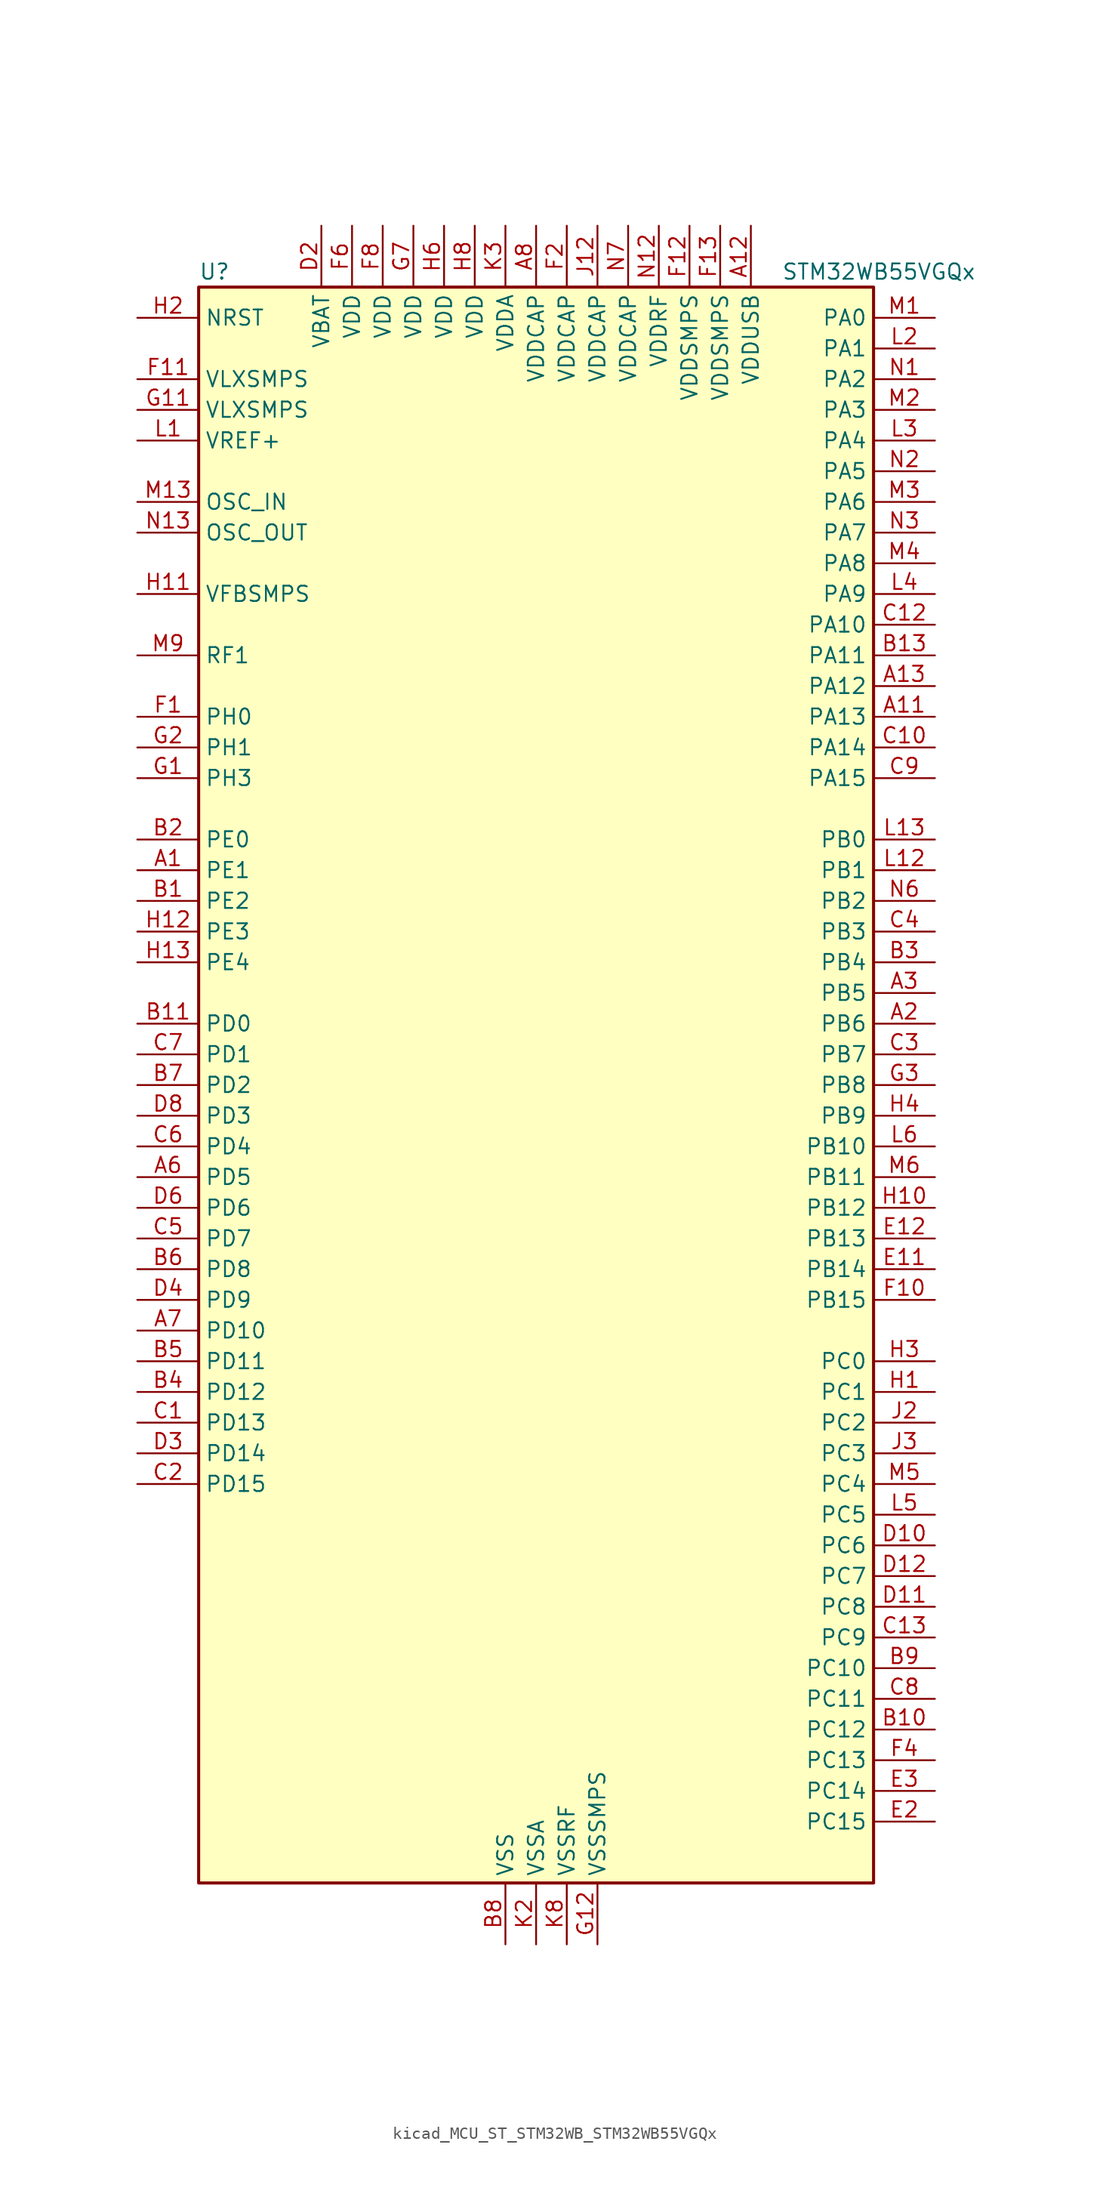
<source format=kicad_sym>
(kicad_symbol_lib
  (version 20220914)
  (generator kicad_symbol_editor)
  (symbol "kicad_MCU_ST_STM32WB_STM32WB55VGQx"
    (property "Reference" "U"
      (at -27.94 67.31 0)
      (effects (font (size 1.27 1.27)) (justify left)))
    (property "Value" "STM32WB55VGQx"
      (at 20.32 67.31 0)
      (effects (font (size 1.27 1.27)) (justify left)))
    (property "ki_locked" ""
      (at 0 0 0)
      (effects (font (size 1.27 1.27))))
    (symbol "kicad_MCU_ST_STM32WB_STM32WB55VGQx_0_1"
      (rectangle (start -27.94 -66.04) (end 27.94 66.04) (stroke (width 0.254) (type default)) (fill (type background))))
    (symbol "kicad_MCU_ST_STM32WB_STM32WB55VGQx_1_1"
      (pin bidirectional line (at -33.02 17.78 0) (length 5.08) (name "PE1" (effects (font (size 1.27 1.27)))) (number "A1" (effects (font (size 1.27 1.27)))) (alternate "LCD_SEG37" bidirectional line) (alternate "TIM17_CH1" bidirectional line) (alternate "TSC_G7_IO2" bidirectional line))
      (pin bidirectional line (at 33.02 30.48 180) (length 5.08) (name "PA13" (effects (font (size 1.27 1.27)))) (number "A11" (effects (font (size 1.27 1.27)))) (alternate "IR_OUT" bidirectional line) (alternate "SAI1_SD_B" bidirectional line) (alternate "SYS_JTMS-SWDIO" bidirectional line) (alternate "USB_NOE" bidirectional line))
      (pin power_in line (at 17.78 71.12 270) (length 5.08) (name "VDDUSB" (effects (font (size 1.27 1.27)))) (number "A12" (effects (font (size 1.27 1.27)))))
      (pin bidirectional line (at 33.02 33.02 180) (length 5.08) (name "PA12" (effects (font (size 1.27 1.27)))) (number "A13" (effects (font (size 1.27 1.27)))) (alternate "LPUART1_RX" bidirectional line) (alternate "SPI1_MOSI" bidirectional line) (alternate "TIM1_ETR" bidirectional line) (alternate "USART1_DE" bidirectional line) (alternate "USART1_RTS" bidirectional line) (alternate "USB_DP" bidirectional line))
      (pin bidirectional line (at 33.02 5.08 180) (length 5.08) (name "PB6" (effects (font (size 1.27 1.27)))) (number "A2" (effects (font (size 1.27 1.27)))) (alternate "COMP2_INP" bidirectional line) (alternate "I2C1_SCL" bidirectional line) (alternate "LCD_SEG6" bidirectional line) (alternate "LPTIM1_ETR" bidirectional line) (alternate "RCC_MCO" bidirectional line) (alternate "SAI1_FS_B" bidirectional line) (alternate "TIM16_CH1N" bidirectional line) (alternate "TSC_G2_IO3" bidirectional line) (alternate "USART1_TX" bidirectional line))
      (pin bidirectional line (at 33.02 7.62 180) (length 5.08) (name "PB5" (effects (font (size 1.27 1.27)))) (number "A3" (effects (font (size 1.27 1.27)))) (alternate "COMP2_OUT" bidirectional line) (alternate "I2C1_SMBA" bidirectional line) (alternate "LCD_SEG9" bidirectional line) (alternate "LPTIM1_IN1" bidirectional line) (alternate "LPUART1_TX" bidirectional line) (alternate "SAI1_SD_B" bidirectional line) (alternate "SPI1_MOSI" bidirectional line) (alternate "TIM16_BKIN" bidirectional line) (alternate "TSC_G2_IO2" bidirectional line) (alternate "USART1_CK" bidirectional line))
      (pin bidirectional line (at -33.02 -7.62 0) (length 5.08) (name "PD5" (effects (font (size 1.27 1.27)))) (number "A6" (effects (font (size 1.27 1.27)))) (alternate "QUADSPI_BK1_IO1" bidirectional line) (alternate "SAI1_MCLK_B" bidirectional line) (alternate "TSC_G5_IO2" bidirectional line))
      (pin bidirectional line (at -33.02 -20.32 0) (length 5.08) (name "PD10" (effects (font (size 1.27 1.27)))) (number "A7" (effects (font (size 1.27 1.27)))) (alternate "LCD_SEG30" bidirectional line) (alternate "SYS_TRIG_INOUT" bidirectional line) (alternate "TSC_G6_IO1" bidirectional line))
      (pin power_in line (at 0 71.12 270) (length 5.08) (name "VDDCAP" (effects (font (size 1.27 1.27)))) (number "A8" (effects (font (size 1.27 1.27)))))
      (pin bidirectional line (at -33.02 15.24 0) (length 5.08) (name "PE2" (effects (font (size 1.27 1.27)))) (number "B1" (effects (font (size 1.27 1.27)))) (alternate "LCD_SEG38" bidirectional line) (alternate "SAI1_CK1" bidirectional line) (alternate "SAI1_MCLK_A" bidirectional line) (alternate "SYS_TRACECLK" bidirectional line) (alternate "TSC_G7_IO1" bidirectional line))
      (pin bidirectional line (at 33.02 -53.34 180) (length 5.08) (name "PC12" (effects (font (size 1.27 1.27)))) (number "B10" (effects (font (size 1.27 1.27)))) (alternate "LCD_COM6" bidirectional line) (alternate "LCD_SEG30" bidirectional line) (alternate "LCD_SEG42" bidirectional line) (alternate "RCC_LSCO" bidirectional line) (alternate "RTC_TAMP3" bidirectional line) (alternate "SYS_TRACED3" bidirectional line) (alternate "SYS_WKUP3" bidirectional line) (alternate "TSC_G3_IO4" bidirectional line))
      (pin bidirectional line (at -33.02 5.08 0) (length 5.08) (name "PD0" (effects (font (size 1.27 1.27)))) (number "B11" (effects (font (size 1.27 1.27)))) (alternate "SPI2_NSS" bidirectional line))
      (pin passive line (at -2.54 -71.12 90) (length 5.08) hide (name "VSS" (effects (font (size 1.27 1.27)))) (number "B12" (effects (font (size 1.27 1.27)))))
      (pin bidirectional line (at 33.02 35.56 180) (length 5.08) (name "PA11" (effects (font (size 1.27 1.27)))) (number "B13" (effects (font (size 1.27 1.27)))) (alternate "ADC1_EXTI11" bidirectional line) (alternate "SPI1_MISO" bidirectional line) (alternate "TIM1_BKIN2" bidirectional line) (alternate "TIM1_CH4" bidirectional line) (alternate "USART1_CTS" bidirectional line) (alternate "USART1_NSS" bidirectional line) (alternate "USB_DM" bidirectional line))
      (pin bidirectional line (at -33.02 20.32 0) (length 5.08) (name "PE0" (effects (font (size 1.27 1.27)))) (number "B2" (effects (font (size 1.27 1.27)))) (alternate "LCD_SEG36" bidirectional line) (alternate "TIM16_CH1" bidirectional line) (alternate "TIM1_ETR" bidirectional line) (alternate "TSC_G7_IO3" bidirectional line))
      (pin bidirectional line (at 33.02 10.16 180) (length 5.08) (name "PB4" (effects (font (size 1.27 1.27)))) (number "B3" (effects (font (size 1.27 1.27)))) (alternate "COMP2_INP" bidirectional line) (alternate "I2C3_SDA" bidirectional line) (alternate "LCD_SEG8" bidirectional line) (alternate "SAI1_MCLK_B" bidirectional line) (alternate "SPI1_MISO" bidirectional line) (alternate "SYS_JTRST" bidirectional line) (alternate "TIM17_BKIN" bidirectional line) (alternate "TSC_G2_IO1" bidirectional line) (alternate "USART1_CTS" bidirectional line) (alternate "USART1_NSS" bidirectional line))
      (pin bidirectional line (at -33.02 -25.4 0) (length 5.08) (name "PD12" (effects (font (size 1.27 1.27)))) (number "B4" (effects (font (size 1.27 1.27)))) (alternate "LCD_SEG32" bidirectional line) (alternate "LPTIM2_IN1" bidirectional line) (alternate "TSC_G6_IO3" bidirectional line))
      (pin bidirectional line (at -33.02 -22.86 0) (length 5.08) (name "PD11" (effects (font (size 1.27 1.27)))) (number "B5" (effects (font (size 1.27 1.27)))) (alternate "ADC1_EXTI11" bidirectional line) (alternate "LCD_SEG31" bidirectional line) (alternate "LPTIM2_ETR" bidirectional line) (alternate "TSC_G6_IO2" bidirectional line))
      (pin bidirectional line (at -33.02 -15.24 0) (length 5.08) (name "PD8" (effects (font (size 1.27 1.27)))) (number "B6" (effects (font (size 1.27 1.27)))) (alternate "LCD_SEG28" bidirectional line) (alternate "TIM1_BKIN2" bidirectional line))
      (pin bidirectional line (at -33.02 0 0) (length 5.08) (name "PD2" (effects (font (size 1.27 1.27)))) (number "B7" (effects (font (size 1.27 1.27)))) (alternate "LCD_COM7" bidirectional line) (alternate "LCD_SEG31" bidirectional line) (alternate "LCD_SEG43" bidirectional line) (alternate "SYS_TRACED2" bidirectional line) (alternate "TSC_SYNC" bidirectional line))
      (pin power_in line (at -2.54 -71.12 90) (length 5.08) (name "VSS" (effects (font (size 1.27 1.27)))) (number "B8" (effects (font (size 1.27 1.27)))))
      (pin bidirectional line (at 33.02 -48.26 180) (length 5.08) (name "PC10" (effects (font (size 1.27 1.27)))) (number "B9" (effects (font (size 1.27 1.27)))) (alternate "LCD_COM4" bidirectional line) (alternate "LCD_SEG28" bidirectional line) (alternate "LCD_SEG40" bidirectional line) (alternate "SYS_TRACED1" bidirectional line) (alternate "TSC_G3_IO2" bidirectional line))
      (pin bidirectional line (at -33.02 -27.94 0) (length 5.08) (name "PD13" (effects (font (size 1.27 1.27)))) (number "C1" (effects (font (size 1.27 1.27)))) (alternate "LCD_SEG33" bidirectional line) (alternate "LPTIM2_OUT" bidirectional line) (alternate "TSC_G6_IO4" bidirectional line))
      (pin bidirectional line (at 33.02 27.94 180) (length 5.08) (name "PA14" (effects (font (size 1.27 1.27)))) (number "C10" (effects (font (size 1.27 1.27)))) (alternate "I2C1_SMBA" bidirectional line) (alternate "LCD_SEG5" bidirectional line) (alternate "LPTIM1_OUT" bidirectional line) (alternate "SAI1_FS_B" bidirectional line) (alternate "SYS_JTCK-SWCLK" bidirectional line))
      (pin passive line (at -2.54 -71.12 90) (length 5.08) hide (name "VSS" (effects (font (size 1.27 1.27)))) (number "C11" (effects (font (size 1.27 1.27)))))
      (pin bidirectional line (at 33.02 38.1 180) (length 5.08) (name "PA10" (effects (font (size 1.27 1.27)))) (number "C12" (effects (font (size 1.27 1.27)))) (alternate "CRS_SYNC" bidirectional line) (alternate "I2C1_SDA" bidirectional line) (alternate "LCD_COM2" bidirectional line) (alternate "SAI1_D1" bidirectional line) (alternate "SAI1_SD_A" bidirectional line) (alternate "TIM17_BKIN" bidirectional line) (alternate "TIM1_CH3" bidirectional line) (alternate "USART1_RX" bidirectional line))
      (pin bidirectional line (at 33.02 -45.72 180) (length 5.08) (name "PC9" (effects (font (size 1.27 1.27)))) (number "C13" (effects (font (size 1.27 1.27)))) (alternate "LCD_SEG27" bidirectional line) (alternate "SAI1_SCK_B" bidirectional line) (alternate "TIM1_BKIN" bidirectional line) (alternate "TSC_G4_IO4" bidirectional line) (alternate "USB_NOE" bidirectional line))
      (pin bidirectional line (at -33.02 -33.02 0) (length 5.08) (name "PD15" (effects (font (size 1.27 1.27)))) (number "C2" (effects (font (size 1.27 1.27)))) (alternate "ADC1_EXTI15" bidirectional line) (alternate "LCD_SEG35" bidirectional line) (alternate "TIM1_CH2" bidirectional line))
      (pin bidirectional line (at 33.02 2.54 180) (length 5.08) (name "PB7" (effects (font (size 1.27 1.27)))) (number "C3" (effects (font (size 1.27 1.27)))) (alternate "COMP2_INM" bidirectional line) (alternate "I2C1_SDA" bidirectional line) (alternate "LCD_SEG21" bidirectional line) (alternate "LPTIM1_IN2" bidirectional line) (alternate "SYS_PVD_IN" bidirectional line) (alternate "TIM17_CH1N" bidirectional line) (alternate "TIM1_BKIN" bidirectional line) (alternate "TSC_G2_IO4" bidirectional line) (alternate "USART1_RX" bidirectional line))
      (pin bidirectional line (at 33.02 12.7 180) (length 5.08) (name "PB3" (effects (font (size 1.27 1.27)))) (number "C4" (effects (font (size 1.27 1.27)))) (alternate "COMP2_INM" bidirectional line) (alternate "LCD_SEG7" bidirectional line) (alternate "SAI1_SCK_B" bidirectional line) (alternate "SPI1_SCK" bidirectional line) (alternate "SYS_JTDO-SWO" bidirectional line) (alternate "TIM2_CH2" bidirectional line) (alternate "USART1_DE" bidirectional line) (alternate "USART1_RTS" bidirectional line))
      (pin bidirectional line (at -33.02 -12.7 0) (length 5.08) (name "PD7" (effects (font (size 1.27 1.27)))) (number "C5" (effects (font (size 1.27 1.27)))) (alternate "LCD_SEG39" bidirectional line) (alternate "QUADSPI_BK1_IO3" bidirectional line) (alternate "TSC_G5_IO4" bidirectional line))
      (pin bidirectional line (at -33.02 -5.08 0) (length 5.08) (name "PD4" (effects (font (size 1.27 1.27)))) (number "C6" (effects (font (size 1.27 1.27)))) (alternate "QUADSPI_BK1_IO0" bidirectional line) (alternate "SPI2_MOSI" bidirectional line) (alternate "TSC_G5_IO1" bidirectional line))
      (pin bidirectional line (at -33.02 2.54 0) (length 5.08) (name "PD1" (effects (font (size 1.27 1.27)))) (number "C7" (effects (font (size 1.27 1.27)))) (alternate "SPI2_SCK" bidirectional line))
      (pin bidirectional line (at 33.02 -50.8 180) (length 5.08) (name "PC11" (effects (font (size 1.27 1.27)))) (number "C8" (effects (font (size 1.27 1.27)))) (alternate "ADC1_EXTI11" bidirectional line) (alternate "LCD_COM5" bidirectional line) (alternate "LCD_SEG29" bidirectional line) (alternate "LCD_SEG41" bidirectional line) (alternate "TSC_G3_IO3" bidirectional line))
      (pin bidirectional line (at 33.02 25.4 180) (length 5.08) (name "PA15" (effects (font (size 1.27 1.27)))) (number "C9" (effects (font (size 1.27 1.27)))) (alternate "ADC1_EXTI15" bidirectional line) (alternate "LCD_SEG17" bidirectional line) (alternate "RCC_MCO" bidirectional line) (alternate "SPI1_NSS" bidirectional line) (alternate "SYS_JTDI" bidirectional line) (alternate "TIM2_CH1" bidirectional line) (alternate "TIM2_ETR" bidirectional line) (alternate "TSC_G3_IO1" bidirectional line))
      (pin bidirectional line (at 33.02 -38.1 180) (length 5.08) (name "PC6" (effects (font (size 1.27 1.27)))) (number "D10" (effects (font (size 1.27 1.27)))) (alternate "LCD_SEG24" bidirectional line) (alternate "TSC_G4_IO1" bidirectional line))
      (pin bidirectional line (at 33.02 -43.18 180) (length 5.08) (name "PC8" (effects (font (size 1.27 1.27)))) (number "D11" (effects (font (size 1.27 1.27)))) (alternate "LCD_SEG26" bidirectional line) (alternate "TSC_G4_IO3" bidirectional line))
      (pin bidirectional line (at 33.02 -40.64 180) (length 5.08) (name "PC7" (effects (font (size 1.27 1.27)))) (number "D12" (effects (font (size 1.27 1.27)))) (alternate "LCD_SEG25" bidirectional line) (alternate "TSC_G4_IO2" bidirectional line))
      (pin power_in line (at -17.78 71.12 270) (length 5.08) (name "VBAT" (effects (font (size 1.27 1.27)))) (number "D2" (effects (font (size 1.27 1.27)))))
      (pin bidirectional line (at -33.02 -30.48 0) (length 5.08) (name "PD14" (effects (font (size 1.27 1.27)))) (number "D3" (effects (font (size 1.27 1.27)))) (alternate "LCD_SEG34" bidirectional line) (alternate "TIM1_CH1" bidirectional line))
      (pin bidirectional line (at -33.02 -17.78 0) (length 5.08) (name "PD9" (effects (font (size 1.27 1.27)))) (number "D4" (effects (font (size 1.27 1.27)))) (alternate "LCD_SEG29" bidirectional line) (alternate "SYS_TRACED0" bidirectional line))
      (pin bidirectional line (at -33.02 -10.16 0) (length 5.08) (name "PD6" (effects (font (size 1.27 1.27)))) (number "D6" (effects (font (size 1.27 1.27)))) (alternate "QUADSPI_BK1_IO2" bidirectional line) (alternate "SAI1_D1" bidirectional line) (alternate "SAI1_SD_A" bidirectional line) (alternate "TSC_G5_IO3" bidirectional line))
      (pin bidirectional line (at -33.02 -2.54 0) (length 5.08) (name "PD3" (effects (font (size 1.27 1.27)))) (number "D8" (effects (font (size 1.27 1.27)))) (alternate "QUADSPI_BK1_NCS" bidirectional line) (alternate "SPI2_MISO" bidirectional line) (alternate "SPI2_SCK" bidirectional line))
      (pin bidirectional line (at 33.02 -15.24 180) (length 5.08) (name "PB14" (effects (font (size 1.27 1.27)))) (number "E11" (effects (font (size 1.27 1.27)))) (alternate "I2C3_SDA" bidirectional line) (alternate "LCD_SEG14" bidirectional line) (alternate "SAI1_MCLK_A" bidirectional line) (alternate "SPI2_MISO" bidirectional line) (alternate "TIM1_CH2N" bidirectional line) (alternate "TSC_G1_IO3" bidirectional line))
      (pin bidirectional line (at 33.02 -12.7 180) (length 5.08) (name "PB13" (effects (font (size 1.27 1.27)))) (number "E12" (effects (font (size 1.27 1.27)))) (alternate "I2C3_SCL" bidirectional line) (alternate "LCD_SEG13" bidirectional line) (alternate "LPUART1_CTS" bidirectional line) (alternate "SAI1_SCK_A" bidirectional line) (alternate "SPI2_SCK" bidirectional line) (alternate "TIM1_CH1N" bidirectional line) (alternate "TSC_G1_IO2" bidirectional line))
      (pin bidirectional line (at 33.02 -60.96 180) (length 5.08) (name "PC15" (effects (font (size 1.27 1.27)))) (number "E2" (effects (font (size 1.27 1.27)))) (alternate "ADC1_EXTI15" bidirectional line) (alternate "RCC_OSC32_OUT" bidirectional line))
      (pin bidirectional line (at 33.02 -58.42 180) (length 5.08) (name "PC14" (effects (font (size 1.27 1.27)))) (number "E3" (effects (font (size 1.27 1.27)))) (alternate "RCC_OSC32_IN" bidirectional line))
      (pin passive line (at -2.54 -71.12 90) (length 5.08) hide (name "VSS" (effects (font (size 1.27 1.27)))) (number "E5" (effects (font (size 1.27 1.27)))))
      (pin passive line (at -2.54 -71.12 90) (length 5.08) hide (name "VSS" (effects (font (size 1.27 1.27)))) (number "E7" (effects (font (size 1.27 1.27)))))
      (pin passive line (at -2.54 -71.12 90) (length 5.08) hide (name "VSS" (effects (font (size 1.27 1.27)))) (number "E9" (effects (font (size 1.27 1.27)))))
      (pin bidirectional line (at -33.02 30.48 0) (length 5.08) (name "PH0" (effects (font (size 1.27 1.27)))) (number "F1" (effects (font (size 1.27 1.27)))))
      (pin bidirectional line (at 33.02 -17.78 180) (length 5.08) (name "PB15" (effects (font (size 1.27 1.27)))) (number "F10" (effects (font (size 1.27 1.27)))) (alternate "ADC1_EXTI15" bidirectional line) (alternate "LCD_SEG15" bidirectional line) (alternate "RTC_REFIN" bidirectional line) (alternate "SAI1_SD_A" bidirectional line) (alternate "SPI2_MOSI" bidirectional line) (alternate "TIM1_CH3N" bidirectional line) (alternate "TSC_G1_IO4" bidirectional line))
      (pin power_in line (at -33.02 58.42 0) (length 5.08) (name "VLXSMPS" (effects (font (size 1.27 1.27)))) (number "F11" (effects (font (size 1.27 1.27)))))
      (pin power_in line (at 12.7 71.12 270) (length 5.08) (name "VDDSMPS" (effects (font (size 1.27 1.27)))) (number "F12" (effects (font (size 1.27 1.27)))))
      (pin power_in line (at 15.24 71.12 270) (length 5.08) (name "VDDSMPS" (effects (font (size 1.27 1.27)))) (number "F13" (effects (font (size 1.27 1.27)))))
      (pin power_in line (at 2.54 71.12 270) (length 5.08) (name "VDDCAP" (effects (font (size 1.27 1.27)))) (number "F2" (effects (font (size 1.27 1.27)))))
      (pin passive line (at -2.54 -71.12 90) (length 5.08) hide (name "VSS" (effects (font (size 1.27 1.27)))) (number "F3" (effects (font (size 1.27 1.27)))))
      (pin bidirectional line (at 33.02 -55.88 180) (length 5.08) (name "PC13" (effects (font (size 1.27 1.27)))) (number "F4" (effects (font (size 1.27 1.27)))) (alternate "RTC_OUT1" bidirectional line) (alternate "RTC_TAMP1" bidirectional line) (alternate "RTC_TS" bidirectional line) (alternate "SYS_WKUP2" bidirectional line))
      (pin power_in line (at -15.24 71.12 270) (length 5.08) (name "VDD" (effects (font (size 1.27 1.27)))) (number "F6" (effects (font (size 1.27 1.27)))))
      (pin power_in line (at -12.7 71.12 270) (length 5.08) (name "VDD" (effects (font (size 1.27 1.27)))) (number "F8" (effects (font (size 1.27 1.27)))))
      (pin bidirectional line (at -33.02 25.4 0) (length 5.08) (name "PH3" (effects (font (size 1.27 1.27)))) (number "G1" (effects (font (size 1.27 1.27)))) (alternate "RCC_LSCO" bidirectional line))
      (pin power_in line (at -33.02 55.88 0) (length 5.08) (name "VLXSMPS" (effects (font (size 1.27 1.27)))) (number "G11" (effects (font (size 1.27 1.27)))))
      (pin power_in line (at 5.08 -71.12 90) (length 5.08) (name "VSSSMPS" (effects (font (size 1.27 1.27)))) (number "G12" (effects (font (size 1.27 1.27)))))
      (pin passive line (at 5.08 -71.12 90) (length 5.08) hide (name "VSSSMPS" (effects (font (size 1.27 1.27)))) (number "G13" (effects (font (size 1.27 1.27)))))
      (pin bidirectional line (at -33.02 27.94 0) (length 5.08) (name "PH1" (effects (font (size 1.27 1.27)))) (number "G2" (effects (font (size 1.27 1.27)))))
      (pin bidirectional line (at 33.02 0 180) (length 5.08) (name "PB8" (effects (font (size 1.27 1.27)))) (number "G3" (effects (font (size 1.27 1.27)))) (alternate "I2C1_SCL" bidirectional line) (alternate "LCD_SEG16" bidirectional line) (alternate "QUADSPI_BK1_IO1" bidirectional line) (alternate "SAI1_CK1" bidirectional line) (alternate "SAI1_MCLK_A" bidirectional line) (alternate "TIM16_CH1" bidirectional line) (alternate "TIM1_CH2N" bidirectional line))
      (pin passive line (at -2.54 -71.12 90) (length 5.08) hide (name "VSS" (effects (font (size 1.27 1.27)))) (number "G5" (effects (font (size 1.27 1.27)))))
      (pin power_in line (at -10.16 71.12 270) (length 5.08) (name "VDD" (effects (font (size 1.27 1.27)))) (number "G7" (effects (font (size 1.27 1.27)))))
      (pin passive line (at -2.54 -71.12 90) (length 5.08) hide (name "VSS" (effects (font (size 1.27 1.27)))) (number "G9" (effects (font (size 1.27 1.27)))))
      (pin bidirectional line (at 33.02 -25.4 180) (length 5.08) (name "PC1" (effects (font (size 1.27 1.27)))) (number "H1" (effects (font (size 1.27 1.27)))) (alternate "ADC1_IN2" bidirectional line) (alternate "I2C3_SDA" bidirectional line) (alternate "LCD_SEG19" bidirectional line) (alternate "LPTIM1_OUT" bidirectional line) (alternate "LPUART1_TX" bidirectional line) (alternate "SPI2_MOSI" bidirectional line))
      (pin bidirectional line (at 33.02 -10.16 180) (length 5.08) (name "PB12" (effects (font (size 1.27 1.27)))) (number "H10" (effects (font (size 1.27 1.27)))) (alternate "I2C3_SMBA" bidirectional line) (alternate "LCD_SEG12" bidirectional line) (alternate "LPUART1_DE" bidirectional line) (alternate "LPUART1_RTS" bidirectional line) (alternate "SAI1_FS_A" bidirectional line) (alternate "SPI2_NSS" bidirectional line) (alternate "TIM1_BKIN" bidirectional line) (alternate "TSC_G1_IO1" bidirectional line))
      (pin input line (at -33.02 40.64 0) (length 5.08) (name "VFBSMPS" (effects (font (size 1.27 1.27)))) (number "H11" (effects (font (size 1.27 1.27)))))
      (pin bidirectional line (at -33.02 12.7 0) (length 5.08) (name "PE3" (effects (font (size 1.27 1.27)))) (number "H12" (effects (font (size 1.27 1.27)))))
      (pin bidirectional line (at -33.02 10.16 0) (length 5.08) (name "PE4" (effects (font (size 1.27 1.27)))) (number "H13" (effects (font (size 1.27 1.27)))))
      (pin input line (at -33.02 63.5 0) (length 5.08) (name "NRST" (effects (font (size 1.27 1.27)))) (number "H2" (effects (font (size 1.27 1.27)))))
      (pin bidirectional line (at 33.02 -22.86 180) (length 5.08) (name "PC0" (effects (font (size 1.27 1.27)))) (number "H3" (effects (font (size 1.27 1.27)))) (alternate "ADC1_IN1" bidirectional line) (alternate "I2C3_SCL" bidirectional line) (alternate "LCD_SEG18" bidirectional line) (alternate "LPTIM1_IN1" bidirectional line) (alternate "LPTIM2_IN1" bidirectional line) (alternate "LPUART1_RX" bidirectional line))
      (pin bidirectional line (at 33.02 -2.54 180) (length 5.08) (name "PB9" (effects (font (size 1.27 1.27)))) (number "H4" (effects (font (size 1.27 1.27)))) (alternate "I2C1_SDA" bidirectional line) (alternate "IR_OUT" bidirectional line) (alternate "LCD_COM3" bidirectional line) (alternate "QUADSPI_BK1_IO0" bidirectional line) (alternate "SAI1_D2" bidirectional line) (alternate "SAI1_FS_A" bidirectional line) (alternate "SPI2_NSS" bidirectional line) (alternate "TIM17_CH1" bidirectional line) (alternate "TIM1_CH3N" bidirectional line) (alternate "TSC_G7_IO4" bidirectional line))
      (pin power_in line (at -7.62 71.12 270) (length 5.08) (name "VDD" (effects (font (size 1.27 1.27)))) (number "H6" (effects (font (size 1.27 1.27)))))
      (pin power_in line (at -5.08 71.12 270) (length 5.08) (name "VDD" (effects (font (size 1.27 1.27)))) (number "H8" (effects (font (size 1.27 1.27)))))
      (pin passive line (at -2.54 -71.12 90) (length 5.08) hide (name "VSS" (effects (font (size 1.27 1.27)))) (number "J11" (effects (font (size 1.27 1.27)))))
      (pin power_in line (at 5.08 71.12 270) (length 5.08) (name "VDDCAP" (effects (font (size 1.27 1.27)))) (number "J12" (effects (font (size 1.27 1.27)))))
      (pin bidirectional line (at 33.02 -27.94 180) (length 5.08) (name "PC2" (effects (font (size 1.27 1.27)))) (number "J2" (effects (font (size 1.27 1.27)))) (alternate "ADC1_IN3" bidirectional line) (alternate "LCD_SEG20" bidirectional line) (alternate "LPTIM1_IN2" bidirectional line) (alternate "SPI2_MISO" bidirectional line))
      (pin bidirectional line (at 33.02 -30.48 180) (length 5.08) (name "PC3" (effects (font (size 1.27 1.27)))) (number "J3" (effects (font (size 1.27 1.27)))) (alternate "ADC1_IN4" bidirectional line) (alternate "LCD_VLCD" bidirectional line) (alternate "LPTIM1_ETR" bidirectional line) (alternate "LPTIM2_ETR" bidirectional line) (alternate "SAI1_D1" bidirectional line) (alternate "SAI1_SD_A" bidirectional line) (alternate "SPI2_MOSI" bidirectional line))
      (pin passive line (at -2.54 -71.12 90) (length 5.08) hide (name "VSS" (effects (font (size 1.27 1.27)))) (number "J5" (effects (font (size 1.27 1.27)))))
      (pin passive line (at -2.54 -71.12 90) (length 5.08) hide (name "VSS" (effects (font (size 1.27 1.27)))) (number "J7" (effects (font (size 1.27 1.27)))))
      (pin passive line (at -2.54 -71.12 90) (length 5.08) hide (name "VSS" (effects (font (size 1.27 1.27)))) (number "J9" (effects (font (size 1.27 1.27)))))
      (pin passive line (at 2.54 -71.12 90) (length 5.08) hide (name "VSSRF" (effects (font (size 1.27 1.27)))) (number "K10" (effects (font (size 1.27 1.27)))))
      (pin no_connect line (at -27.94 -66.04 0) (length 5.08) hide (name "AT0" (effects (font (size 1.27 1.27)))) (number "K11" (effects (font (size 1.27 1.27)))))
      (pin no_connect line (at -27.94 -63.5 0) (length 5.08) hide (name "AT1" (effects (font (size 1.27 1.27)))) (number "K12" (effects (font (size 1.27 1.27)))))
      (pin power_in line (at 0 -71.12 90) (length 5.08) (name "VSSA" (effects (font (size 1.27 1.27)))) (number "K2" (effects (font (size 1.27 1.27)))))
      (pin power_in line (at -2.54 71.12 270) (length 5.08) (name "VDDA" (effects (font (size 1.27 1.27)))) (number "K3" (effects (font (size 1.27 1.27)))))
      (pin passive line (at -2.54 -71.12 90) (length 5.08) hide (name "VSS" (effects (font (size 1.27 1.27)))) (number "K4" (effects (font (size 1.27 1.27)))))
      (pin passive line (at -2.54 -71.12 90) (length 5.08) hide (name "VSS" (effects (font (size 1.27 1.27)))) (number "K6" (effects (font (size 1.27 1.27)))))
      (pin power_in line (at 2.54 -71.12 90) (length 5.08) (name "VSSRF" (effects (font (size 1.27 1.27)))) (number "K8" (effects (font (size 1.27 1.27)))))
      (pin input line (at -33.02 53.34 0) (length 5.08) (name "VREF+" (effects (font (size 1.27 1.27)))) (number "L1" (effects (font (size 1.27 1.27)))) (alternate "VREFBUF_OUT" bidirectional line))
      (pin passive line (at 2.54 -71.12 90) (length 5.08) hide (name "VSSRF" (effects (font (size 1.27 1.27)))) (number "L10" (effects (font (size 1.27 1.27)))))
      (pin passive line (at 2.54 -71.12 90) (length 5.08) hide (name "VSSRF" (effects (font (size 1.27 1.27)))) (number "L11" (effects (font (size 1.27 1.27)))))
      (pin bidirectional line (at 33.02 17.78 180) (length 5.08) (name "PB1" (effects (font (size 1.27 1.27)))) (number "L12" (effects (font (size 1.27 1.27)))) (alternate "LPTIM2_IN1" bidirectional line) (alternate "LPUART1_DE" bidirectional line) (alternate "LPUART1_RTS" bidirectional line))
      (pin bidirectional line (at 33.02 20.32 180) (length 5.08) (name "PB0" (effects (font (size 1.27 1.27)))) (number "L13" (effects (font (size 1.27 1.27)))) (alternate "COMP1_OUT" bidirectional line) (alternate "RF_TX_MOD_EXT_PA" bidirectional line))
      (pin bidirectional line (at 33.02 60.96 180) (length 5.08) (name "PA1" (effects (font (size 1.27 1.27)))) (number "L2" (effects (font (size 1.27 1.27)))) (alternate "ADC1_IN6" bidirectional line) (alternate "COMP1_INP" bidirectional line) (alternate "I2C1_SMBA" bidirectional line) (alternate "LCD_SEG0" bidirectional line) (alternate "SPI1_SCK" bidirectional line) (alternate "TIM2_CH2" bidirectional line))
      (pin bidirectional line (at 33.02 53.34 180) (length 5.08) (name "PA4" (effects (font (size 1.27 1.27)))) (number "L3" (effects (font (size 1.27 1.27)))) (alternate "ADC1_IN9" bidirectional line) (alternate "COMP1_INM" bidirectional line) (alternate "COMP2_INM" bidirectional line) (alternate "LCD_SEG5" bidirectional line) (alternate "LPTIM2_OUT" bidirectional line) (alternate "SAI1_FS_B" bidirectional line) (alternate "SPI1_NSS" bidirectional line))
      (pin bidirectional line (at 33.02 40.64 180) (length 5.08) (name "PA9" (effects (font (size 1.27 1.27)))) (number "L4" (effects (font (size 1.27 1.27)))) (alternate "ADC1_IN16" bidirectional line) (alternate "COMP1_INM" bidirectional line) (alternate "I2C1_SCL" bidirectional line) (alternate "LCD_COM1" bidirectional line) (alternate "SAI1_D2" bidirectional line) (alternate "SAI1_FS_A" bidirectional line) (alternate "SPI2_SCK" bidirectional line) (alternate "TIM1_CH2" bidirectional line) (alternate "USART1_TX" bidirectional line))
      (pin bidirectional line (at 33.02 -35.56 180) (length 5.08) (name "PC5" (effects (font (size 1.27 1.27)))) (number "L5" (effects (font (size 1.27 1.27)))) (alternate "ADC1_IN14" bidirectional line) (alternate "COMP1_INP" bidirectional line) (alternate "LCD_SEG23" bidirectional line) (alternate "SAI1_D3" bidirectional line) (alternate "SYS_WKUP5" bidirectional line))
      (pin bidirectional line (at 33.02 -5.08 180) (length 5.08) (name "PB10" (effects (font (size 1.27 1.27)))) (number "L6" (effects (font (size 1.27 1.27)))) (alternate "COMP1_OUT" bidirectional line) (alternate "I2C3_SCL" bidirectional line) (alternate "LCD_SEG10" bidirectional line) (alternate "LPUART1_RX" bidirectional line) (alternate "QUADSPI_CLK" bidirectional line) (alternate "SAI1_SCK_A" bidirectional line) (alternate "SPI2_SCK" bidirectional line) (alternate "TIM2_CH3" bidirectional line) (alternate "TSC_SYNC" bidirectional line))
      (pin passive line (at 2.54 -71.12 90) (length 5.08) hide (name "VSSRF" (effects (font (size 1.27 1.27)))) (number "L7" (effects (font (size 1.27 1.27)))))
      (pin passive line (at 2.54 -71.12 90) (length 5.08) hide (name "VSSRF" (effects (font (size 1.27 1.27)))) (number "L8" (effects (font (size 1.27 1.27)))))
      (pin passive line (at 2.54 -71.12 90) (length 5.08) hide (name "VSSRF" (effects (font (size 1.27 1.27)))) (number "L9" (effects (font (size 1.27 1.27)))))
      (pin bidirectional line (at 33.02 63.5 180) (length 5.08) (name "PA0" (effects (font (size 1.27 1.27)))) (number "M1" (effects (font (size 1.27 1.27)))) (alternate "ADC1_IN5" bidirectional line) (alternate "COMP1_INM" bidirectional line) (alternate "COMP1_OUT" bidirectional line) (alternate "RTC_TAMP2" bidirectional line) (alternate "SAI1_EXTCLK" bidirectional line) (alternate "SYS_WKUP1" bidirectional line) (alternate "TIM2_CH1" bidirectional line) (alternate "TIM2_ETR" bidirectional line))
      (pin passive line (at 2.54 -71.12 90) (length 5.08) hide (name "VSSRF" (effects (font (size 1.27 1.27)))) (number "M10" (effects (font (size 1.27 1.27)))))
      (pin passive line (at 2.54 -71.12 90) (length 5.08) hide (name "VSSRF" (effects (font (size 1.27 1.27)))) (number "M11" (effects (font (size 1.27 1.27)))))
      (pin passive line (at 2.54 -71.12 90) (length 5.08) hide (name "VSSRF" (effects (font (size 1.27 1.27)))) (number "M12" (effects (font (size 1.27 1.27)))))
      (pin input line (at -33.02 48.26 0) (length 5.08) (name "OSC_IN" (effects (font (size 1.27 1.27)))) (number "M13" (effects (font (size 1.27 1.27)))) (alternate "RCC_OSC_IN" bidirectional line))
      (pin bidirectional line (at 33.02 55.88 180) (length 5.08) (name "PA3" (effects (font (size 1.27 1.27)))) (number "M2" (effects (font (size 1.27 1.27)))) (alternate "ADC1_IN8" bidirectional line) (alternate "COMP2_INP" bidirectional line) (alternate "LCD_SEG2" bidirectional line) (alternate "LPUART1_RX" bidirectional line) (alternate "QUADSPI_CLK" bidirectional line) (alternate "SAI1_CK1" bidirectional line) (alternate "SAI1_MCLK_A" bidirectional line) (alternate "TIM2_CH4" bidirectional line))
      (pin bidirectional line (at 33.02 48.26 180) (length 5.08) (name "PA6" (effects (font (size 1.27 1.27)))) (number "M3" (effects (font (size 1.27 1.27)))) (alternate "ADC1_IN11" bidirectional line) (alternate "LCD_SEG3" bidirectional line) (alternate "LPUART1_CTS" bidirectional line) (alternate "QUADSPI_BK1_IO3" bidirectional line) (alternate "SPI1_MISO" bidirectional line) (alternate "TIM16_CH1" bidirectional line) (alternate "TIM1_BKIN" bidirectional line))
      (pin bidirectional line (at 33.02 43.18 180) (length 5.08) (name "PA8" (effects (font (size 1.27 1.27)))) (number "M4" (effects (font (size 1.27 1.27)))) (alternate "ADC1_IN15" bidirectional line) (alternate "LCD_COM0" bidirectional line) (alternate "LPTIM2_OUT" bidirectional line) (alternate "RCC_MCO" bidirectional line) (alternate "SAI1_CK2" bidirectional line) (alternate "SAI1_SCK_A" bidirectional line) (alternate "TIM1_CH1" bidirectional line) (alternate "USART1_CK" bidirectional line))
      (pin bidirectional line (at 33.02 -33.02 180) (length 5.08) (name "PC4" (effects (font (size 1.27 1.27)))) (number "M5" (effects (font (size 1.27 1.27)))) (alternate "ADC1_IN13" bidirectional line) (alternate "COMP1_INM" bidirectional line) (alternate "LCD_SEG22" bidirectional line))
      (pin bidirectional line (at 33.02 -7.62 180) (length 5.08) (name "PB11" (effects (font (size 1.27 1.27)))) (number "M6" (effects (font (size 1.27 1.27)))) (alternate "ADC1_EXTI11" bidirectional line) (alternate "COMP2_OUT" bidirectional line) (alternate "I2C3_SDA" bidirectional line) (alternate "LCD_SEG11" bidirectional line) (alternate "LPUART1_TX" bidirectional line) (alternate "QUADSPI_BK1_NCS" bidirectional line) (alternate "TIM2_CH4" bidirectional line))
      (pin passive line (at -2.54 -71.12 90) (length 5.08) hide (name "VSS" (effects (font (size 1.27 1.27)))) (number "M7" (effects (font (size 1.27 1.27)))))
      (pin passive line (at 2.54 -71.12 90) (length 5.08) hide (name "VSSRF" (effects (font (size 1.27 1.27)))) (number "M8" (effects (font (size 1.27 1.27)))))
      (pin bidirectional line (at -33.02 35.56 0) (length 5.08) (name "RF1" (effects (font (size 1.27 1.27)))) (number "M9" (effects (font (size 1.27 1.27)))) (alternate "RF_RF1" bidirectional line))
      (pin bidirectional line (at 33.02 58.42 180) (length 5.08) (name "PA2" (effects (font (size 1.27 1.27)))) (number "N1" (effects (font (size 1.27 1.27)))) (alternate "ADC1_IN7" bidirectional line) (alternate "COMP2_INM" bidirectional line) (alternate "COMP2_OUT" bidirectional line) (alternate "LCD_SEG1" bidirectional line) (alternate "LPUART1_TX" bidirectional line) (alternate "QUADSPI_BK1_NCS" bidirectional line) (alternate "RCC_LSCO" bidirectional line) (alternate "SYS_WKUP4" bidirectional line) (alternate "TIM2_CH3" bidirectional line))
      (pin passive line (at 2.54 -71.12 90) (length 5.08) hide (name "VSSRF" (effects (font (size 1.27 1.27)))) (number "N11" (effects (font (size 1.27 1.27)))))
      (pin power_in line (at 10.16 71.12 270) (length 5.08) (name "VDDRF" (effects (font (size 1.27 1.27)))) (number "N12" (effects (font (size 1.27 1.27)))))
      (pin input line (at -33.02 45.72 0) (length 5.08) (name "OSC_OUT" (effects (font (size 1.27 1.27)))) (number "N13" (effects (font (size 1.27 1.27)))) (alternate "RCC_OSC_OUT" bidirectional line))
      (pin bidirectional line (at 33.02 50.8 180) (length 5.08) (name "PA5" (effects (font (size 1.27 1.27)))) (number "N2" (effects (font (size 1.27 1.27)))) (alternate "ADC1_IN10" bidirectional line) (alternate "COMP1_INM" bidirectional line) (alternate "COMP2_INM" bidirectional line) (alternate "LPTIM2_ETR" bidirectional line) (alternate "SAI1_SD_B" bidirectional line) (alternate "SPI1_SCK" bidirectional line) (alternate "TIM2_CH1" bidirectional line) (alternate "TIM2_ETR" bidirectional line))
      (pin bidirectional line (at 33.02 45.72 180) (length 5.08) (name "PA7" (effects (font (size 1.27 1.27)))) (number "N3" (effects (font (size 1.27 1.27)))) (alternate "ADC1_IN12" bidirectional line) (alternate "COMP2_OUT" bidirectional line) (alternate "I2C3_SCL" bidirectional line) (alternate "LCD_SEG4" bidirectional line) (alternate "QUADSPI_BK1_IO2" bidirectional line) (alternate "SPI1_MOSI" bidirectional line) (alternate "TIM17_CH1" bidirectional line) (alternate "TIM1_CH1N" bidirectional line))
      (pin bidirectional line (at 33.02 15.24 180) (length 5.08) (name "PB2" (effects (font (size 1.27 1.27)))) (number "N6" (effects (font (size 1.27 1.27)))) (alternate "COMP1_INP" bidirectional line) (alternate "I2C3_SMBA" bidirectional line) (alternate "LCD_VLCD" bidirectional line) (alternate "LPTIM1_OUT" bidirectional line) (alternate "RTC_OUT2" bidirectional line) (alternate "SAI1_EXTCLK" bidirectional line) (alternate "SPI1_NSS" bidirectional line))
      (pin power_in line (at 7.62 71.12 270) (length 5.08) (name "VDDCAP" (effects (font (size 1.27 1.27)))) (number "N7" (effects (font (size 1.27 1.27)))))
      (pin passive line (at 2.54 -71.12 90) (length 5.08) hide (name "VSSRF" (effects (font (size 1.27 1.27)))) (number "N8" (effects (font (size 1.27 1.27))))))))
</source>
